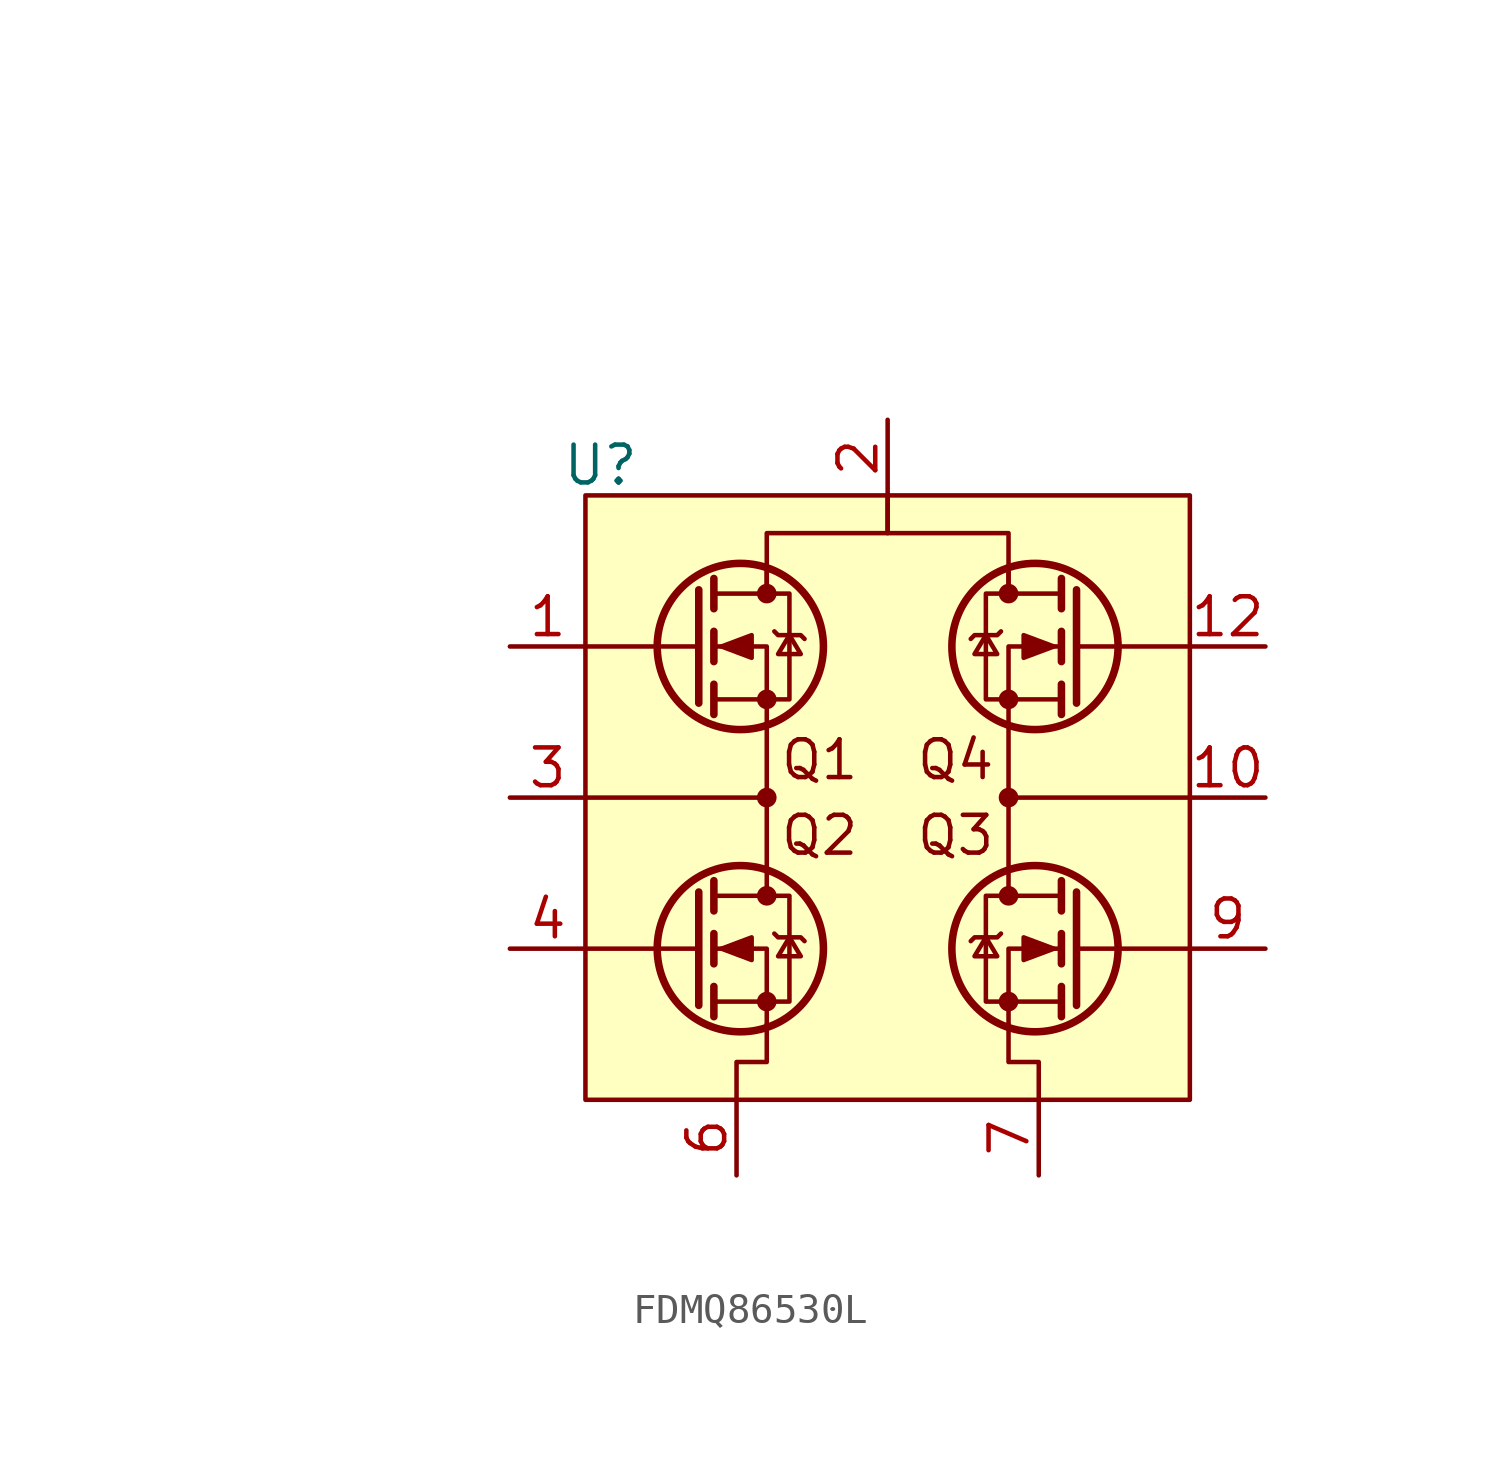
<source format=kicad_sym>
(kicad_symbol_lib
  (version 20231120)
  (generator "kicad_symbol_editor")
  (generator_version "8.0")
  (symbol "FDMQ86530L"
    (property "Reference" "U"
      (at -9.652 11.176 0)
      (effects (font (size 1.27 1.27))))
    (property "Value" ""
      (at -22.098 19.304 0)
      (effects (font (size 1.27 1.27))))
    (symbol "FDMQ86530L_0_1"
      (circle (center -4.953 -5.08) (radius 2.794) (stroke (width 0.254) (type default)) (fill (type none)))
      (circle (center -4.953 5.08) (radius 2.794) (stroke (width 0.254) (type default)) (fill (type none)))
      (circle (center -4.064 -6.858) (radius 0.254) (stroke (width 0) (type default)) (fill (type outline)))
      (circle (center -4.064 -3.302) (radius 0.254) (stroke (width 0) (type default)) (fill (type outline)))
      (circle (center -4.064 0) (radius 0.254) (stroke (width 0) (type default)) (fill (type outline)))
      (circle (center -4.064 3.302) (radius 0.254) (stroke (width 0) (type default)) (fill (type outline)))
      (circle (center -4.064 6.858) (radius 0.254) (stroke (width 0) (type default)) (fill (type outline)))
      (polyline (pts (xy -6.35 -5.08) (xy -10.16 -5.08)) (stroke (width 0) (type default)) (fill (type none)))
      (polyline (pts (xy -6.35 -3.175) (xy -6.35 -6.985)) (stroke (width 0.254) (type default)) (fill (type none)))
      (polyline (pts (xy -6.35 5.08) (xy -10.16 5.08)) (stroke (width 0) (type default)) (fill (type none)))
      (polyline (pts (xy -6.35 6.985) (xy -6.35 3.175)) (stroke (width 0.254) (type default)) (fill (type none)))
      (polyline (pts (xy -5.842 -6.35) (xy -5.842 -7.366)) (stroke (width 0.254) (type default)) (fill (type none)))
      (polyline (pts (xy -5.842 -4.572) (xy -5.842 -5.588)) (stroke (width 0.254) (type default)) (fill (type none)))
      (polyline (pts (xy -5.842 -2.794) (xy -5.842 -3.81)) (stroke (width 0.254) (type default)) (fill (type none)))
      (polyline (pts (xy -5.842 3.81) (xy -5.842 2.794)) (stroke (width 0.254) (type default)) (fill (type none)))
      (polyline (pts (xy -5.842 5.588) (xy -5.842 4.572)) (stroke (width 0.254) (type default)) (fill (type none)))
      (polyline (pts (xy -5.842 7.366) (xy -5.842 6.35)) (stroke (width 0.254) (type default)) (fill (type none)))
      (polyline (pts (xy -4.064 0) (xy -10.16 0)) (stroke (width 0) (type default)) (fill (type none)))
      (polyline (pts (xy -4.064 7.62) (xy -4.064 6.858)) (stroke (width 0) (type default)) (fill (type none)))
      (polyline (pts (xy 4.064 7.62) (xy 4.064 6.858)) (stroke (width 0) (type default)) (fill (type none)))
      (polyline (pts (xy 5.842 -6.35) (xy 5.842 -7.366)) (stroke (width 0.254) (type default)) (fill (type none)))
      (polyline (pts (xy 5.842 -4.572) (xy 5.842 -5.588)) (stroke (width 0.254) (type default)) (fill (type none)))
      (polyline (pts (xy 5.842 -2.794) (xy 5.842 -3.81)) (stroke (width 0.254) (type default)) (fill (type none)))
      (polyline (pts (xy 5.842 3.81) (xy 5.842 2.794)) (stroke (width 0.254) (type default)) (fill (type none)))
      (polyline (pts (xy 5.842 5.588) (xy 5.842 4.572)) (stroke (width 0.254) (type default)) (fill (type none)))
      (polyline (pts (xy 5.842 7.366) (xy 5.842 6.35)) (stroke (width 0.254) (type default)) (fill (type none)))
      (polyline (pts (xy 6.35 -5.08) (xy 10.16 -5.08)) (stroke (width 0) (type default)) (fill (type none)))
      (polyline (pts (xy 6.35 -3.175) (xy 6.35 -6.985)) (stroke (width 0.254) (type default)) (fill (type none)))
      (polyline (pts (xy 6.35 5.08) (xy 10.16 5.08)) (stroke (width 0) (type default)) (fill (type none)))
      (polyline (pts (xy 6.35 6.985) (xy 6.35 3.175)) (stroke (width 0.254) (type default)) (fill (type none)))
      (polyline (pts (xy 10.16 0) (xy 4.064 0)) (stroke (width 0) (type default)) (fill (type none)))
      (polyline (pts (xy -4.064 -7.62) (xy -4.064 -5.08) (xy -5.842 -5.08)) (stroke (width 0) (type default)) (fill (type none)))
      (polyline (pts (xy -4.064 -3.302) (xy -4.064 5.08) (xy -5.842 5.08)) (stroke (width 0) (type default)) (fill (type none)))
      (polyline (pts (xy 4.064 -7.62) (xy 4.064 -5.08) (xy 5.842 -5.08)) (stroke (width 0) (type default)) (fill (type none)))
      (polyline (pts (xy 4.064 -3.302) (xy 4.064 5.08) (xy 5.842 5.08)) (stroke (width 0) (type default)) (fill (type none)))
      (polyline (pts (xy -5.842 -6.858) (xy -3.302 -6.858) (xy -3.302 -3.302) (xy -5.842 -3.302)) (stroke (width 0) (type default)) (fill (type none)))
      (polyline (pts (xy -5.842 3.302) (xy -3.302 3.302) (xy -3.302 6.858) (xy -5.842 6.858)) (stroke (width 0) (type default)) (fill (type none)))
      (polyline (pts (xy -5.588 -5.08) (xy -4.572 -4.699) (xy -4.572 -5.461) (xy -5.588 -5.08)) (stroke (width 0) (type default)) (fill (type outline)))
      (polyline (pts (xy -5.588 5.08) (xy -4.572 5.461) (xy -4.572 4.699) (xy -5.588 5.08)) (stroke (width 0) (type default)) (fill (type outline)))
      (polyline (pts (xy -3.81 -4.572) (xy -3.683 -4.699) (xy -2.921 -4.699) (xy -2.794 -4.826)) (stroke (width 0) (type default)) (fill (type none)))
      (polyline (pts (xy -3.81 5.588) (xy -3.683 5.461) (xy -2.921 5.461) (xy -2.794 5.334)) (stroke (width 0) (type default)) (fill (type none)))
      (polyline (pts (xy -3.302 -4.699) (xy -3.683 -5.334) (xy -2.921 -5.334) (xy -3.302 -4.699)) (stroke (width 0) (type default)) (fill (type none)))
      (polyline (pts (xy -3.302 5.461) (xy -3.683 4.826) (xy -2.921 4.826) (xy -3.302 5.461)) (stroke (width 0) (type default)) (fill (type none)))
      (polyline (pts (xy 3.302 -4.699) (xy 3.683 -5.334) (xy 2.921 -5.334) (xy 3.302 -4.699)) (stroke (width 0) (type default)) (fill (type none)))
      (polyline (pts (xy 3.302 5.461) (xy 3.683 4.826) (xy 2.921 4.826) (xy 3.302 5.461)) (stroke (width 0) (type default)) (fill (type none)))
      (polyline (pts (xy 3.81 -4.572) (xy 3.683 -4.699) (xy 2.921 -4.699) (xy 2.794 -4.826)) (stroke (width 0) (type default)) (fill (type none)))
      (polyline (pts (xy 3.81 5.588) (xy 3.683 5.461) (xy 2.921 5.461) (xy 2.794 5.334)) (stroke (width 0) (type default)) (fill (type none)))
      (polyline (pts (xy 5.588 -5.08) (xy 4.572 -4.699) (xy 4.572 -5.461) (xy 5.588 -5.08)) (stroke (width 0) (type default)) (fill (type outline)))
      (polyline (pts (xy 5.588 5.08) (xy 4.572 5.461) (xy 4.572 4.699) (xy 5.588 5.08)) (stroke (width 0) (type default)) (fill (type outline)))
      (polyline (pts (xy 5.842 -6.858) (xy 3.302 -6.858) (xy 3.302 -3.302) (xy 5.842 -3.302)) (stroke (width 0) (type default)) (fill (type none)))
      (polyline (pts (xy 5.842 3.302) (xy 3.302 3.302) (xy 3.302 6.858) (xy 5.842 6.858)) (stroke (width 0) (type default)) (fill (type none)))
      (circle (center 4.064 -6.858) (radius 0.254) (stroke (width 0) (type default)) (fill (type outline)))
      (circle (center 4.064 -3.302) (radius 0.254) (stroke (width 0) (type default)) (fill (type outline)))
      (circle (center 4.064 0) (radius 0.254) (stroke (width 0) (type default)) (fill (type outline)))
      (circle (center 4.064 3.302) (radius 0.254) (stroke (width 0) (type default)) (fill (type outline)))
      (circle (center 4.064 6.858) (radius 0.254) (stroke (width 0) (type default)) (fill (type outline)))
      (circle (center 4.953 -5.08) (radius 2.794) (stroke (width 0.254) (type default)) (fill (type none)))
      (circle (center 4.953 5.08) (radius 2.794) (stroke (width 0.254) (type default)) (fill (type none))))
    (symbol "FDMQ86530L_1_1"
      (rectangle (start -10.16 10.16) (end 10.16 -10.16) (stroke (width 0) (type default)) (fill (type background)))
      (polyline (pts (xy -5.08 -10.16) (xy -5.08 -8.89) (xy -4.064 -8.89) (xy -4.064 -7.62)) (stroke (width 0) (type default)) (fill (type none)))
      (polyline (pts (xy 0 10.16) (xy 0 8.89) (xy -4.064 8.89) (xy -4.064 6.858)) (stroke (width 0) (type default)) (fill (type none)))
      (polyline (pts (xy 0 10.16) (xy 0 8.89) (xy 4.064 8.89) (xy 4.064 6.858)) (stroke (width 0) (type default)) (fill (type none)))
      (polyline (pts (xy 5.08 -10.16) (xy 5.08 -8.89) (xy 4.064 -8.89) (xy 4.064 -7.62)) (stroke (width 0) (type default)) (fill (type none)))
      (text "Q1" (at -2.286 1.27 0) (effects (font (size 1.27 1.27))))
      (text "Q2" (at -2.286 -1.27 0) (effects (font (size 1.27 1.27))))
      (text "Q3\n" (at 2.286 -1.27 0) (effects (font (size 1.27 1.27))))
      (text "Q4" (at 2.286 1.27 0) (effects (font (size 1.27 1.27))))
      (pin input line (at -12.7 5.08 0) (length 2.54) (name "" (effects (font (size 1.27 1.27)))) (number "1" (effects (font (size 1.27 1.27)))))
      (pin passive line (at 12.7 0 180) (length 2.54) (name "" (effects (font (size 1.27 1.27)))) (number "10" (effects (font (size 1.27 1.27)))))
      (pin passive line (at 0 12.7 270) (length 2.54) hide (name "" (effects (font (size 1.27 1.27)))) (number "11" (effects (font (size 1.27 1.27)))))
      (pin input line (at 12.7 5.08 180) (length 2.54) (name "" (effects (font (size 1.27 1.27)))) (number "12" (effects (font (size 1.27 1.27)))))
      (pin passive line (at 0 12.7 270) (length 2.54) (name "" (effects (font (size 1.27 1.27)))) (number "2" (effects (font (size 1.27 1.27)))))
      (pin passive line (at -12.7 0 0) (length 2.54) (name "" (effects (font (size 1.27 1.27)))) (number "3" (effects (font (size 1.27 1.27)))))
      (pin input line (at -12.7 -5.08 0) (length 2.54) (name "" (effects (font (size 1.27 1.27)))) (number "4" (effects (font (size 1.27 1.27)))))
      (pin passive line (at -5.08 -12.7 90) (length 2.54) hide (name "" (effects (font (size 1.27 1.27)))) (number "5" (effects (font (size 1.27 1.27)))))
      (pin passive line (at -5.08 -12.7 90) (length 2.54) (name "" (effects (font (size 1.27 1.27)))) (number "6" (effects (font (size 1.27 1.27)))))
      (pin passive line (at 5.08 -12.7 90) (length 2.54) (name "" (effects (font (size 1.27 1.27)))) (number "7" (effects (font (size 1.27 1.27)))))
      (pin passive line (at 5.08 -12.7 90) (length 2.54) hide (name "" (effects (font (size 1.27 1.27)))) (number "8" (effects (font (size 1.27 1.27)))))
      (pin input line (at 12.7 -5.08 180) (length 2.54) (name "" (effects (font (size 1.27 1.27)))) (number "9" (effects (font (size 1.27 1.27))))))))
</source>
